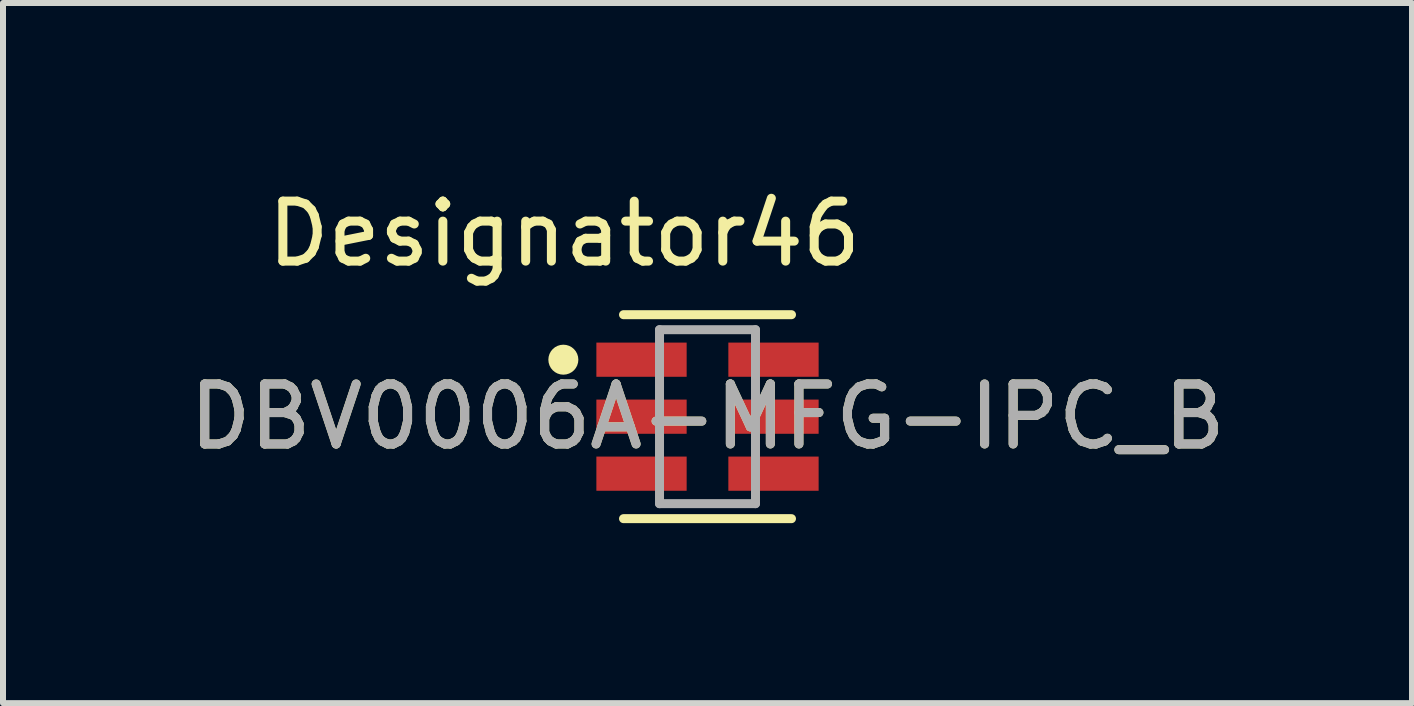
<source format=kicad_pcb>
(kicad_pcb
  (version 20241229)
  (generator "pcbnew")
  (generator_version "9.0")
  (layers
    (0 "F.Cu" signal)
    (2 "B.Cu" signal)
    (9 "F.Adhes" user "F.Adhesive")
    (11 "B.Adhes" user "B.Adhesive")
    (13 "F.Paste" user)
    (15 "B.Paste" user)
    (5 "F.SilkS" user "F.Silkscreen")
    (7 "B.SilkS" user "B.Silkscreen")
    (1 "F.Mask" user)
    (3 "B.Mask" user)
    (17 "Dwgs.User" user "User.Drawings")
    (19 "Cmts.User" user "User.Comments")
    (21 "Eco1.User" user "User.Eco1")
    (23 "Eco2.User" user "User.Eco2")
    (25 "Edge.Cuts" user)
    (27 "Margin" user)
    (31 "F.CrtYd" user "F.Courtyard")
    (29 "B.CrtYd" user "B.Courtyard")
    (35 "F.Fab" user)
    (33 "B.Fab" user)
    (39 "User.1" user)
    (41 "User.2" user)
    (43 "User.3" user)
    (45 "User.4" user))
  (footprint "DBV0006A-MFG-IPC_B"
    (layer "F.Cu")
    (at 8.744 3.896)
    (property "Reference" "DBV0006A-MFG-IPC_B" (at 0 0 0) (unlocked yes) (layer "F.SilkS") (effects (font (size 1 1) (thickness 0.15))))
    (attr smd)
    (fp_line (start -1.4 -1.7) (end 1.4 -1.7) (stroke (width 0.15) (type solid)) (layer "F.SilkS"))
    (fp_line (start -1.4 1.7) (end 1.4 1.7) (stroke (width 0.15) (type solid)) (layer "F.SilkS"))
    (fp_circle (center -2.403 -0.95) (end -2.278 -0.95) (stroke (width 0.25) (type solid)) (fill no) (layer "F.SilkS"))
    (fp_line (start -0.8 -1.45) (end 0.8 -1.45) (stroke (width 0.15) (type solid)) (layer "F.Fab"))
    (fp_line (start -0.8 1.45) (end -0.8 -1.45) (stroke (width 0.15) (type solid)) (layer "F.Fab"))
    (fp_line (start -0.8 1.45) (end 0.8 1.45) (stroke (width 0.15) (type solid)) (layer "F.Fab"))
    (fp_line (start 0.8 1.45) (end 0.8 -1.45) (stroke (width 0.15) (type solid)) (layer "F.Fab"))
    (fp_text user "Designator46" (at -2.388 -3.048 0) (unlocked yes) (layer "F.SilkS") (effects (font (size 1 1) (thickness 0.15))))
    (fp_text user "${REFERENCE}" (at 0 0 0) (unlocked yes) (layer "F.Fab") (effects (font (size 1 1) (thickness 0.15))))
    (pad "1" smd rect (at -1.1 -0.95) (size 1.505 0.57) (layers "F.Cu" "F.Mask" "F.Paste"))
    (pad "2" smd rect (at -1.1 0) (size 1.505 0.57) (layers "F.Cu" "F.Mask" "F.Paste"))
    (pad "3" smd rect (at -1.1 0.95) (size 1.505 0.57) (layers "F.Cu" "F.Mask" "F.Paste"))
    (pad "4" smd rect (at 1.1 0.95) (size 1.505 0.57) (layers "F.Cu" "F.Mask" "F.Paste"))
    (pad "5" smd rect (at 1.1 0) (size 1.505 0.57) (layers "F.Cu" "F.Mask" "F.Paste"))
    (pad "6" smd rect (at 1.1 -0.95) (size 1.505 0.57) (layers "F.Cu" "F.Mask" "F.Paste")))
  (gr_rect
    (start -3 -3)
    (end 20.488 8.671)
    (stroke (width 0.1) (type default))
    (fill no)
    (layer "Edge.Cuts")))
</source>
